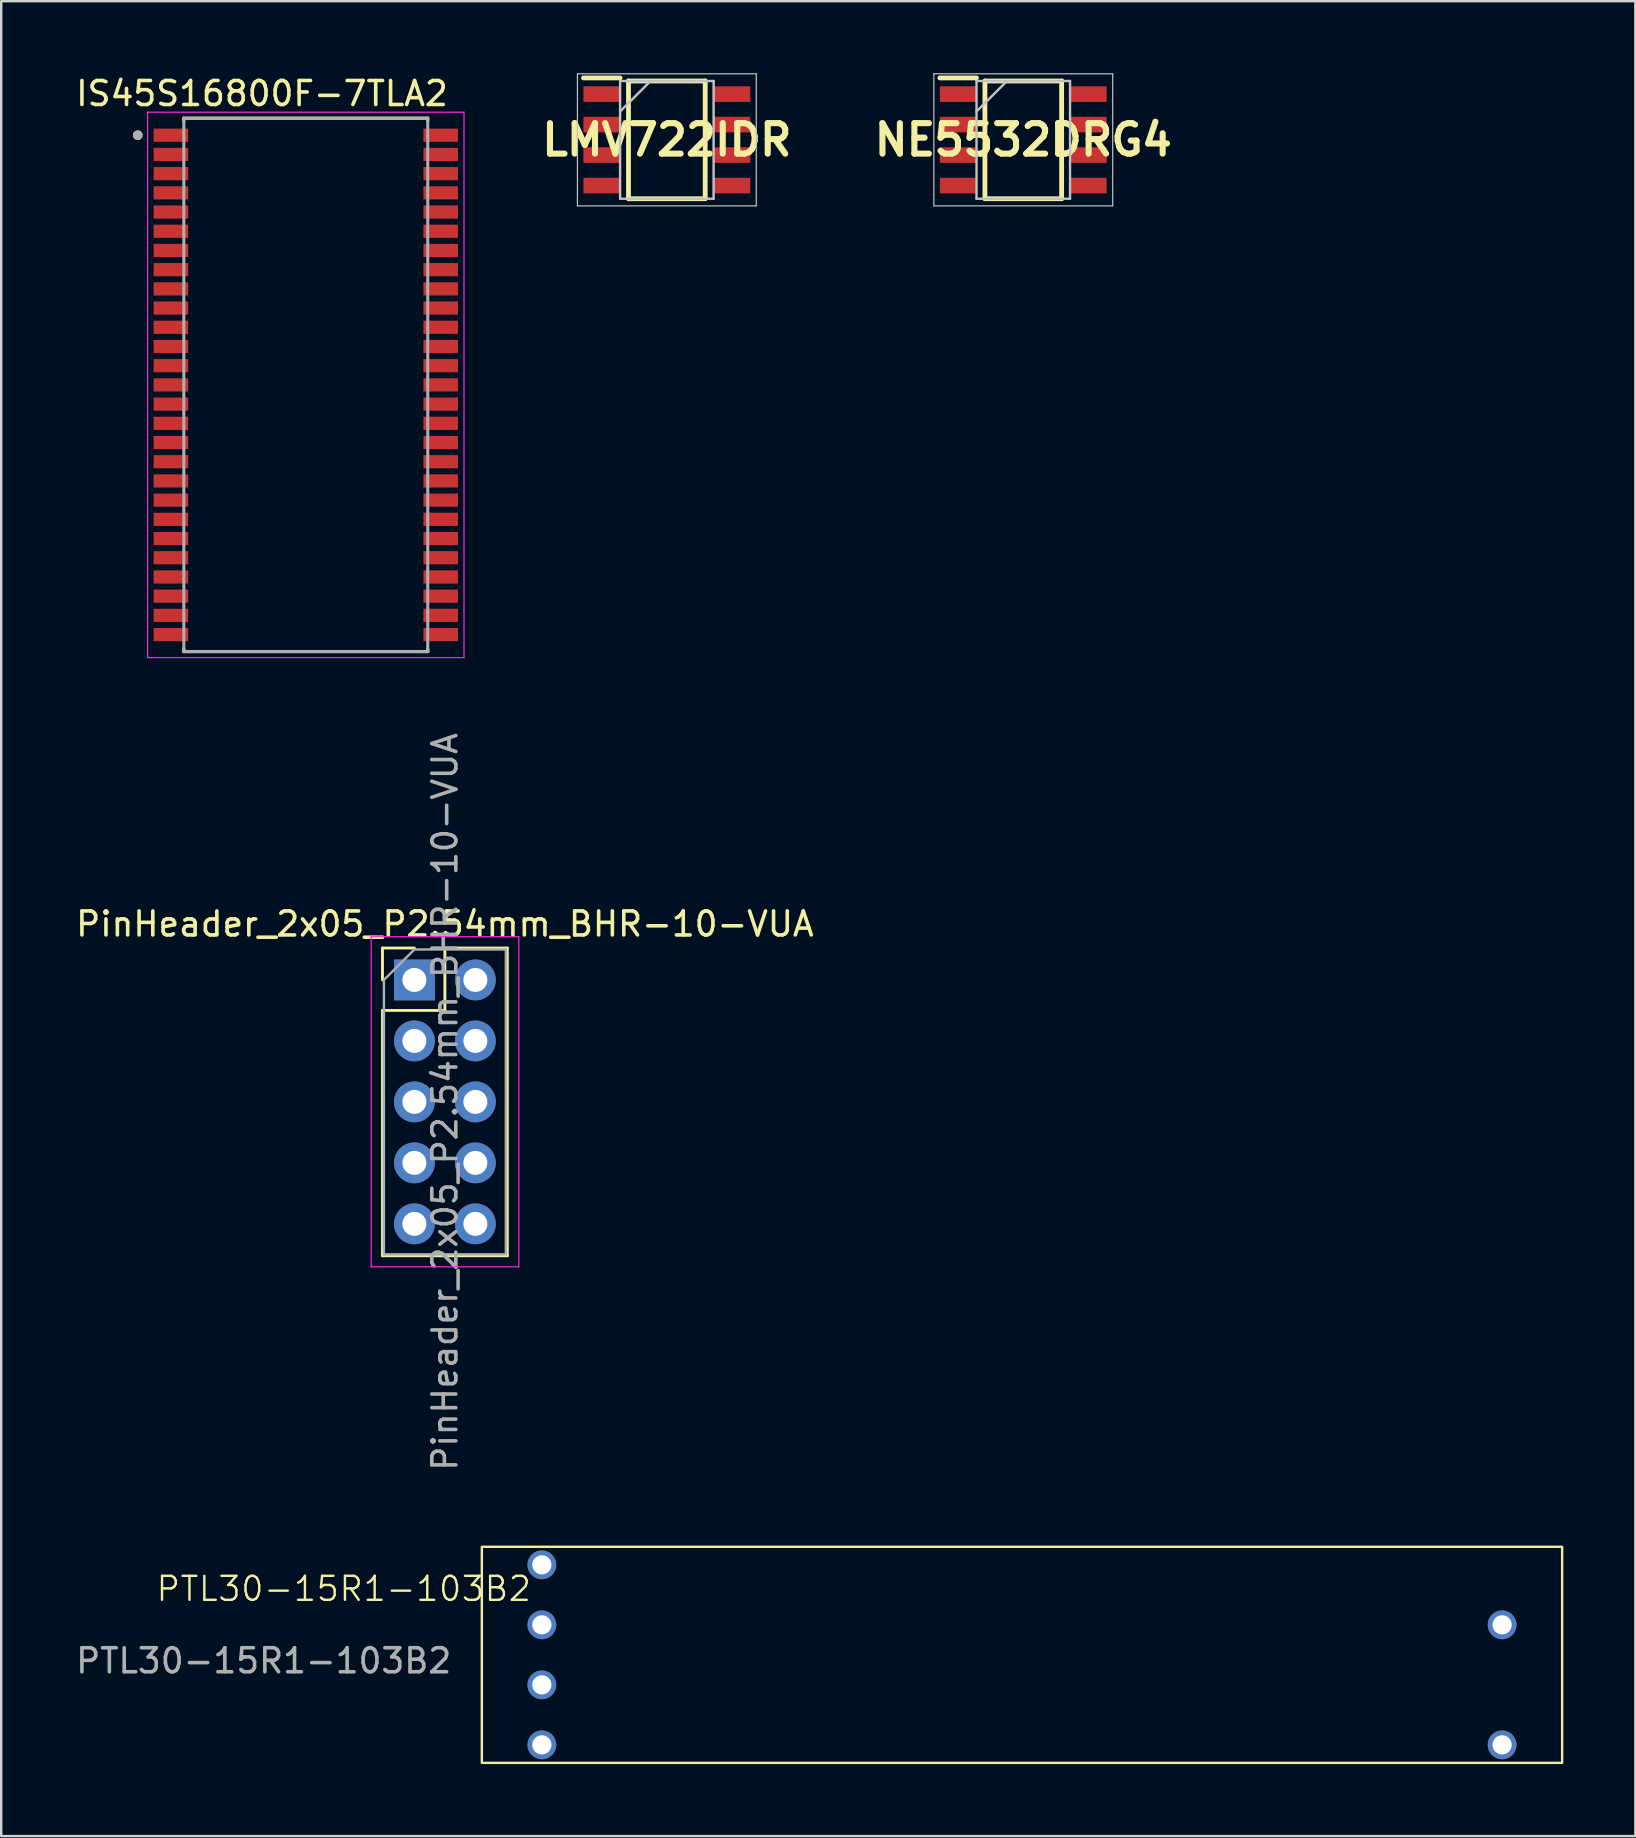
<source format=kicad_pcb>
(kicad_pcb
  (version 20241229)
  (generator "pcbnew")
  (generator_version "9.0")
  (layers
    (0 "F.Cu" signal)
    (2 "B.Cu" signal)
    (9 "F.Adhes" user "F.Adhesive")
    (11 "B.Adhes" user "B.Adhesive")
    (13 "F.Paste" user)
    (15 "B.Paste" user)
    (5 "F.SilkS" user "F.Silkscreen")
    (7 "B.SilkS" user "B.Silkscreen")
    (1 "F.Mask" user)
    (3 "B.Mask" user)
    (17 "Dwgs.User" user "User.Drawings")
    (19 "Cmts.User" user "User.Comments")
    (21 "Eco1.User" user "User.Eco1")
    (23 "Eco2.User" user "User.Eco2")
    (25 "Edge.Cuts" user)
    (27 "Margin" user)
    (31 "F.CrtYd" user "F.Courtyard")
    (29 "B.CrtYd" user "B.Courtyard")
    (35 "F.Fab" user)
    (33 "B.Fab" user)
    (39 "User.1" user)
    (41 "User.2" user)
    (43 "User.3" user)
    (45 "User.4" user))
  (footprint "IS45S16800F-7TLA2"
    (layer "F.Cu")
    (at 9.688 12.983)
    (property "Reference" "IS45S16800F-7TLA2" (at -1.825 -12.135 0) (layer "F.SilkS") (effects (font (size 1 1) (thickness 0.15))))
    (attr smd)
    (fp_line (start -5.08 -11.11) (end 5.08 -11.11) (stroke (width 0.127) (type solid)) (layer "F.SilkS"))
    (fp_line (start -5.08 -11) (end -5.08 -11.11) (stroke (width 0.127) (type solid)) (layer "F.SilkS"))
    (fp_line (start -5.08 11) (end -5.08 11.11) (stroke (width 0.127) (type solid)) (layer "F.SilkS"))
    (fp_line (start 5.08 -11) (end 5.08 -11.11) (stroke (width 0.127) (type solid)) (layer "F.SilkS"))
    (fp_line (start 5.08 11) (end 5.08 11.11) (stroke (width 0.127) (type solid)) (layer "F.SilkS"))
    (fp_line (start 5.08 11.11) (end -5.08 11.11) (stroke (width 0.127) (type solid)) (layer "F.SilkS"))
    (fp_circle (center -7 -10.4) (end -6.9 -10.4) (stroke (width 0.2) (type solid)) (fill no) (layer "F.SilkS"))
    (fp_line (start -6.59 -11.36) (end 6.59 -11.36) (stroke (width 0.05) (type solid)) (layer "F.CrtYd"))
    (fp_line (start -6.59 11.36) (end -6.59 -11.36) (stroke (width 0.05) (type solid)) (layer "F.CrtYd"))
    (fp_line (start 6.59 -11.36) (end 6.59 11.36) (stroke (width 0.05) (type solid)) (layer "F.CrtYd"))
    (fp_line (start 6.59 11.36) (end -6.59 11.36) (stroke (width 0.05) (type solid)) (layer "F.CrtYd"))
    (fp_line (start -5.08 -11.11) (end 5.08 -11.11) (stroke (width 0.127) (type solid)) (layer "F.Fab"))
    (fp_line (start -5.08 11.11) (end -5.08 -11.11) (stroke (width 0.127) (type solid)) (layer "F.Fab"))
    (fp_line (start 5.08 -11.11) (end 5.08 11.11) (stroke (width 0.127) (type solid)) (layer "F.Fab"))
    (fp_line (start 5.08 11.11) (end -5.08 11.11) (stroke (width 0.127) (type solid)) (layer "F.Fab"))
    (fp_circle (center -7 -10.4) (end -6.9 -10.4) (stroke (width 0.2) (type solid)) (fill no) (layer "F.Fab"))
    (pad "1" smd rect (at -5.62 -10.4) (size 1.44 0.55) (layers "F.Cu" "F.Mask" "F.Paste"))
    (pad "2" smd rect (at -5.62 -9.6) (size 1.44 0.55) (layers "F.Cu" "F.Mask" "F.Paste"))
    (pad "3" smd rect (at -5.62 -8.8) (size 1.44 0.55) (layers "F.Cu" "F.Mask" "F.Paste"))
    (pad "4" smd rect (at -5.62 -8) (size 1.44 0.55) (layers "F.Cu" "F.Mask" "F.Paste"))
    (pad "5" smd rect (at -5.62 -7.2) (size 1.44 0.55) (layers "F.Cu" "F.Mask" "F.Paste"))
    (pad "6" smd rect (at -5.62 -6.4) (size 1.44 0.55) (layers "F.Cu" "F.Mask" "F.Paste"))
    (pad "7" smd rect (at -5.62 -5.6) (size 1.44 0.55) (layers "F.Cu" "F.Mask" "F.Paste"))
    (pad "8" smd rect (at -5.62 -4.8) (size 1.44 0.55) (layers "F.Cu" "F.Mask" "F.Paste"))
    (pad "9" smd rect (at -5.62 -4) (size 1.44 0.55) (layers "F.Cu" "F.Mask" "F.Paste"))
    (pad "10" smd rect (at -5.62 -3.2) (size 1.44 0.55) (layers "F.Cu" "F.Mask" "F.Paste"))
    (pad "11" smd rect (at -5.62 -2.4) (size 1.44 0.55) (layers "F.Cu" "F.Mask" "F.Paste"))
    (pad "12" smd rect (at -5.62 -1.6) (size 1.44 0.55) (layers "F.Cu" "F.Mask" "F.Paste"))
    (pad "13" smd rect (at -5.62 -0.8) (size 1.44 0.55) (layers "F.Cu" "F.Mask" "F.Paste"))
    (pad "14" smd rect (at -5.62 0) (size 1.44 0.55) (layers "F.Cu" "F.Mask" "F.Paste"))
    (pad "15" smd rect (at -5.62 0.8) (size 1.44 0.55) (layers "F.Cu" "F.Mask" "F.Paste"))
    (pad "16" smd rect (at -5.62 1.6) (size 1.44 0.55) (layers "F.Cu" "F.Mask" "F.Paste"))
    (pad "17" smd rect (at -5.62 2.4) (size 1.44 0.55) (layers "F.Cu" "F.Mask" "F.Paste"))
    (pad "18" smd rect (at -5.62 3.2) (size 1.44 0.55) (layers "F.Cu" "F.Mask" "F.Paste"))
    (pad "19" smd rect (at -5.62 4) (size 1.44 0.55) (layers "F.Cu" "F.Mask" "F.Paste"))
    (pad "20" smd rect (at -5.62 4.8) (size 1.44 0.55) (layers "F.Cu" "F.Mask" "F.Paste"))
    (pad "21" smd rect (at -5.62 5.6) (size 1.44 0.55) (layers "F.Cu" "F.Mask" "F.Paste"))
    (pad "22" smd rect (at -5.62 6.4) (size 1.44 0.55) (layers "F.Cu" "F.Mask" "F.Paste"))
    (pad "23" smd rect (at -5.62 7.2) (size 1.44 0.55) (layers "F.Cu" "F.Mask" "F.Paste"))
    (pad "24" smd rect (at -5.62 8) (size 1.44 0.55) (layers "F.Cu" "F.Mask" "F.Paste"))
    (pad "25" smd rect (at -5.62 8.8) (size 1.44 0.55) (layers "F.Cu" "F.Mask" "F.Paste"))
    (pad "26" smd rect (at -5.62 9.6) (size 1.44 0.55) (layers "F.Cu" "F.Mask" "F.Paste"))
    (pad "27" smd rect (at -5.62 10.4) (size 1.44 0.55) (layers "F.Cu" "F.Mask" "F.Paste"))
    (pad "28" smd rect (at 5.62 10.4) (size 1.44 0.55) (layers "F.Cu" "F.Mask" "F.Paste"))
    (pad "29" smd rect (at 5.62 9.6) (size 1.44 0.55) (layers "F.Cu" "F.Mask" "F.Paste"))
    (pad "30" smd rect (at 5.62 8.8) (size 1.44 0.55) (layers "F.Cu" "F.Mask" "F.Paste"))
    (pad "31" smd rect (at 5.62 8) (size 1.44 0.55) (layers "F.Cu" "F.Mask" "F.Paste"))
    (pad "32" smd rect (at 5.62 7.2) (size 1.44 0.55) (layers "F.Cu" "F.Mask" "F.Paste"))
    (pad "33" smd rect (at 5.62 6.4) (size 1.44 0.55) (layers "F.Cu" "F.Mask" "F.Paste"))
    (pad "34" smd rect (at 5.62 5.6) (size 1.44 0.55) (layers "F.Cu" "F.Mask" "F.Paste"))
    (pad "35" smd rect (at 5.62 4.8) (size 1.44 0.55) (layers "F.Cu" "F.Mask" "F.Paste"))
    (pad "36" smd rect (at 5.62 4) (size 1.44 0.55) (layers "F.Cu" "F.Mask" "F.Paste"))
    (pad "37" smd rect (at 5.62 3.2) (size 1.44 0.55) (layers "F.Cu" "F.Mask" "F.Paste"))
    (pad "38" smd rect (at 5.62 2.4) (size 1.44 0.55) (layers "F.Cu" "F.Mask" "F.Paste"))
    (pad "39" smd rect (at 5.62 1.6) (size 1.44 0.55) (layers "F.Cu" "F.Mask" "F.Paste"))
    (pad "40" smd rect (at 5.62 0.8) (size 1.44 0.55) (layers "F.Cu" "F.Mask" "F.Paste"))
    (pad "41" smd rect (at 5.62 0) (size 1.44 0.55) (layers "F.Cu" "F.Mask" "F.Paste"))
    (pad "42" smd rect (at 5.62 -0.8) (size 1.44 0.55) (layers "F.Cu" "F.Mask" "F.Paste"))
    (pad "43" smd rect (at 5.62 -1.6) (size 1.44 0.55) (layers "F.Cu" "F.Mask" "F.Paste"))
    (pad "44" smd rect (at 5.62 -2.4) (size 1.44 0.55) (layers "F.Cu" "F.Mask" "F.Paste"))
    (pad "45" smd rect (at 5.62 -3.2) (size 1.44 0.55) (layers "F.Cu" "F.Mask" "F.Paste"))
    (pad "46" smd rect (at 5.62 -4) (size 1.44 0.55) (layers "F.Cu" "F.Mask" "F.Paste"))
    (pad "47" smd rect (at 5.62 -4.8) (size 1.44 0.55) (layers "F.Cu" "F.Mask" "F.Paste"))
    (pad "48" smd rect (at 5.62 -5.6) (size 1.44 0.55) (layers "F.Cu" "F.Mask" "F.Paste"))
    (pad "49" smd rect (at 5.62 -6.4) (size 1.44 0.55) (layers "F.Cu" "F.Mask" "F.Paste"))
    (pad "50" smd rect (at 5.62 -7.2) (size 1.44 0.55) (layers "F.Cu" "F.Mask" "F.Paste"))
    (pad "51" smd rect (at 5.62 -8) (size 1.44 0.55) (layers "F.Cu" "F.Mask" "F.Paste"))
    (pad "52" smd rect (at 5.62 -8.8) (size 1.44 0.55) (layers "F.Cu" "F.Mask" "F.Paste"))
    (pad "53" smd rect (at 5.62 -9.6) (size 1.44 0.55) (layers "F.Cu" "F.Mask" "F.Paste"))
    (pad "54" smd rect (at 5.62 -10.4) (size 1.44 0.55) (layers "F.Cu" "F.Mask" "F.Paste")))
  (footprint "NE5532DRG4"
    (layer "F.Cu")
    (at 39.575 2.775)
    (property "Reference" "NE5532DRG4" (at 0 0 0) (layer "F.SilkS") (effects (font (size 1.27 1.27) (thickness 0.254))))
    (attr smd)
    (fp_line (start -3.475 -2.58) (end -1.948 -2.58) (stroke (width 0.2) (type solid)) (layer "F.SilkS"))
    (fp_line (start -1.598 -2.452) (end 1.598 -2.452) (stroke (width 0.2) (type solid)) (layer "F.SilkS"))
    (fp_line (start -1.598 2.452) (end -1.598 -2.452) (stroke (width 0.2) (type solid)) (layer "F.SilkS"))
    (fp_line (start 1.598 -2.452) (end 1.598 2.452) (stroke (width 0.2) (type solid)) (layer "F.SilkS"))
    (fp_line (start 1.598 2.452) (end -1.598 2.452) (stroke (width 0.2) (type solid)) (layer "F.SilkS"))
    (fp_line (start -3.725 -2.75) (end 3.725 -2.75) (stroke (width 0.05) (type solid)) (layer "Dwgs.User"))
    (fp_line (start -3.725 2.75) (end -3.725 -2.75) (stroke (width 0.05) (type solid)) (layer "Dwgs.User"))
    (fp_line (start -1.948 -2.452) (end 1.948 -2.452) (stroke (width 0.1) (type solid)) (layer "Dwgs.User"))
    (fp_line (start -1.948 -1.182) (end -0.678 -2.452) (stroke (width 0.1) (type solid)) (layer "Dwgs.User"))
    (fp_line (start -1.948 2.452) (end -1.948 -2.452) (stroke (width 0.1) (type solid)) (layer "Dwgs.User"))
    (fp_line (start 1.948 -2.452) (end 1.948 2.452) (stroke (width 0.1) (type solid)) (layer "Dwgs.User"))
    (fp_line (start 1.948 2.452) (end -1.948 2.452) (stroke (width 0.1) (type solid)) (layer "Dwgs.User"))
    (fp_line (start 3.725 -2.75) (end 3.725 2.75) (stroke (width 0.05) (type solid)) (layer "Dwgs.User"))
    (fp_line (start 3.725 2.75) (end -3.725 2.75) (stroke (width 0.05) (type solid)) (layer "Dwgs.User"))
    (pad "1" smd rect (at -2.711 -1.905 90) (size 0.65 1.528) (layers "F.Cu" "F.Mask" "F.Paste"))
    (pad "2" smd rect (at -2.711 -0.635 90) (size 0.65 1.528) (layers "F.Cu" "F.Mask" "F.Paste"))
    (pad "3" smd rect (at -2.711 0.635 90) (size 0.65 1.528) (layers "F.Cu" "F.Mask" "F.Paste"))
    (pad "4" smd rect (at -2.711 1.905 90) (size 0.65 1.528) (layers "F.Cu" "F.Mask" "F.Paste"))
    (pad "5" smd rect (at 2.711 1.905 90) (size 0.65 1.528) (layers "F.Cu" "F.Mask" "F.Paste"))
    (pad "6" smd rect (at 2.711 0.635 90) (size 0.65 1.528) (layers "F.Cu" "F.Mask" "F.Paste"))
    (pad "7" smd rect (at 2.711 -0.635 90) (size 0.65 1.528) (layers "F.Cu" "F.Mask" "F.Paste"))
    (pad "8" smd rect (at 2.711 -1.905 90) (size 0.65 1.528) (layers "F.Cu" "F.Mask" "F.Paste")))
  (footprint "LMV722IDR"
    (layer "F.Cu")
    (at 24.728 2.775)
    (property "Reference" "LMV722IDR" (at 0 0 0) (layer "F.SilkS") (effects (font (size 1.27 1.27) (thickness 0.254))))
    (attr smd)
    (fp_line (start -3.475 -2.58) (end -1.948 -2.58) (stroke (width 0.2) (type solid)) (layer "F.SilkS"))
    (fp_line (start -1.598 -2.452) (end 1.598 -2.452) (stroke (width 0.2) (type solid)) (layer "F.SilkS"))
    (fp_line (start -1.598 2.452) (end -1.598 -2.452) (stroke (width 0.2) (type solid)) (layer "F.SilkS"))
    (fp_line (start 1.598 -2.452) (end 1.598 2.452) (stroke (width 0.2) (type solid)) (layer "F.SilkS"))
    (fp_line (start 1.598 2.452) (end -1.598 2.452) (stroke (width 0.2) (type solid)) (layer "F.SilkS"))
    (fp_line (start -3.725 -2.75) (end 3.725 -2.75) (stroke (width 0.05) (type solid)) (layer "Dwgs.User"))
    (fp_line (start -3.725 2.75) (end -3.725 -2.75) (stroke (width 0.05) (type solid)) (layer "Dwgs.User"))
    (fp_line (start -1.948 -2.452) (end 1.948 -2.452) (stroke (width 0.1) (type solid)) (layer "Dwgs.User"))
    (fp_line (start -1.948 -1.182) (end -0.678 -2.452) (stroke (width 0.1) (type solid)) (layer "Dwgs.User"))
    (fp_line (start -1.948 2.452) (end -1.948 -2.452) (stroke (width 0.1) (type solid)) (layer "Dwgs.User"))
    (fp_line (start 1.948 -2.452) (end 1.948 2.452) (stroke (width 0.1) (type solid)) (layer "Dwgs.User"))
    (fp_line (start 1.948 2.452) (end -1.948 2.452) (stroke (width 0.1) (type solid)) (layer "Dwgs.User"))
    (fp_line (start 3.725 -2.75) (end 3.725 2.75) (stroke (width 0.05) (type solid)) (layer "Dwgs.User"))
    (fp_line (start 3.725 2.75) (end -3.725 2.75) (stroke (width 0.05) (type solid)) (layer "Dwgs.User"))
    (pad "1" smd rect (at -2.711 -1.905 90) (size 0.65 1.528) (layers "F.Cu" "F.Mask" "F.Paste"))
    (pad "2" smd rect (at -2.711 -0.635 90) (size 0.65 1.528) (layers "F.Cu" "F.Mask" "F.Paste"))
    (pad "3" smd rect (at -2.711 0.635 90) (size 0.65 1.528) (layers "F.Cu" "F.Mask" "F.Paste"))
    (pad "4" smd rect (at -2.711 1.905 90) (size 0.65 1.528) (layers "F.Cu" "F.Mask" "F.Paste"))
    (pad "5" smd rect (at 2.711 1.905 90) (size 0.65 1.528) (layers "F.Cu" "F.Mask" "F.Paste"))
    (pad "6" smd rect (at 2.711 0.635 90) (size 0.65 1.528) (layers "F.Cu" "F.Mask" "F.Paste"))
    (pad "7" smd rect (at 2.711 -0.635 90) (size 0.65 1.528) (layers "F.Cu" "F.Mask" "F.Paste"))
    (pad "8" smd rect (at 2.711 -1.905 90) (size 0.65 1.528) (layers "F.Cu" "F.Mask" "F.Paste")))
  (footprint "PinHeader_2x05_P2.54mm_BHR-10-VUA"
    (layer "F.Cu")
    (at 14.212 37.77)
    (property "Reference" "PinHeader_2x05_P2.54mm_BHR-10-VUA" (at 1.27 -2.33 0) (layer "F.SilkS") (effects (font (size 1 1) (thickness 0.15))))
    (attr through_hole)
    (fp_line (start -1.33 -1.33) (end 0 -1.33) (stroke (width 0.12) (type solid)) (layer "F.SilkS"))
    (fp_line (start -1.33 0) (end -1.33 -1.33) (stroke (width 0.12) (type solid)) (layer "F.SilkS"))
    (fp_line (start -1.33 1.27) (end -1.33 11.49) (stroke (width 0.12) (type solid)) (layer "F.SilkS"))
    (fp_line (start -1.33 1.27) (end 1.27 1.27) (stroke (width 0.12) (type solid)) (layer "F.SilkS"))
    (fp_line (start -1.33 11.49) (end 3.87 11.49) (stroke (width 0.12) (type solid)) (layer "F.SilkS"))
    (fp_line (start 1.27 -1.33) (end 3.87 -1.33) (stroke (width 0.12) (type solid)) (layer "F.SilkS"))
    (fp_line (start 1.27 1.27) (end 1.27 -1.33) (stroke (width 0.12) (type solid)) (layer "F.SilkS"))
    (fp_line (start 3.87 -1.33) (end 3.87 11.49) (stroke (width 0.12) (type solid)) (layer "F.SilkS"))
    (fp_line (start -1.8 -1.8) (end -1.8 11.95) (stroke (width 0.05) (type solid)) (layer "F.CrtYd"))
    (fp_line (start -1.8 11.95) (end 4.35 11.95) (stroke (width 0.05) (type solid)) (layer "F.CrtYd"))
    (fp_line (start 4.35 -1.8) (end -1.8 -1.8) (stroke (width 0.05) (type solid)) (layer "F.CrtYd"))
    (fp_line (start 4.35 11.95) (end 4.35 -1.8) (stroke (width 0.05) (type solid)) (layer "F.CrtYd"))
    (fp_line (start -1.27 0) (end 0 -1.27) (stroke (width 0.1) (type solid)) (layer "F.Fab"))
    (fp_line (start -1.27 11.43) (end -1.27 0) (stroke (width 0.1) (type solid)) (layer "F.Fab"))
    (fp_line (start 0 -1.27) (end 3.81 -1.27) (stroke (width 0.1) (type solid)) (layer "F.Fab"))
    (fp_line (start 3.81 -1.27) (end 3.81 11.43) (stroke (width 0.1) (type solid)) (layer "F.Fab"))
    (fp_line (start 3.81 11.43) (end -1.27 11.43) (stroke (width 0.1) (type solid)) (layer "F.Fab"))
    (fp_text user "${REFERENCE}" (at 1.27 5.08 90) (layer "F.Fab") (effects (font (size 1 1) (thickness 0.15))))
    (pad "1" thru_hole rect (at 0 0) (size 1.7 1.7) (drill 1) (layers "*.Cu" "*.Mask"))
    (pad "2" thru_hole oval (at 2.54 0) (size 1.7 1.7) (drill 1) (layers "*.Cu" "*.Mask"))
    (pad "3" thru_hole oval (at 0 2.54) (size 1.7 1.7) (drill 1) (layers "*.Cu" "*.Mask"))
    (pad "4" thru_hole oval (at 2.54 2.54) (size 1.7 1.7) (drill 1) (layers "*.Cu" "*.Mask"))
    (pad "5" thru_hole oval (at 0 5.08) (size 1.7 1.7) (drill 1) (layers "*.Cu" "*.Mask"))
    (pad "6" thru_hole oval (at 2.54 5.08) (size 1.7 1.7) (drill 1) (layers "*.Cu" "*.Mask"))
    (pad "7" thru_hole oval (at 0 7.62) (size 1.7 1.7) (drill 1) (layers "*.Cu" "*.Mask"))
    (pad "8" thru_hole oval (at 2.54 7.62) (size 1.7 1.7) (drill 1) (layers "*.Cu" "*.Mask"))
    (pad "9" thru_hole oval (at 0 10.16) (size 1.7 1.7) (drill 1) (layers "*.Cu" "*.Mask"))
    (pad "10" thru_hole oval (at 2.54 10.16) (size 1.7 1.7) (drill 1) (layers "*.Cu" "*.Mask")))
  (footprint "PTL30-15R1-103B2"
    (layer "F.Cu")
    (at 19.521 65.883)
    (property "Reference" "PTL30-15R1-103B2" (at -8.25 -2.75 0) (unlocked yes) (layer "F.SilkS") (effects (font (size 1 1) (thickness 0.1))))
    (attr through_hole)
    (fp_rect (start -2.5 -4.5) (end 42.5 4.5) (stroke (width 0.1) (type default)) (fill no) (layer "F.SilkS"))
    (fp_text user "${REFERENCE}" (at -11.587 0.25 0) (unlocked yes) (layer "F.Fab") (effects (font (size 1 1) (thickness 0.15))))
    (pad "1" thru_hole circle (at 0 -1.25) (size 1.2 1.2) (drill 0.8) (layers "*.Cu" "*.Mask"))
    (pad "2" thru_hole circle (at 0 -3.75) (size 1.2 1.2) (drill 0.8) (layers "*.Cu" "*.Mask"))
    (pad "3" thru_hole circle (at 40 -1.25) (size 1.2 1.2) (drill 0.8) (layers "*.Cu" "*.Mask"))
    (pad "4" thru_hole circle (at 0 1.25) (size 1.2 1.2) (drill 0.8) (layers "*.Cu" "*.Mask"))
    (pad "5" thru_hole circle (at 0 3.75) (size 1.2 1.2) (drill 0.8) (layers "*.Cu" "*.Mask"))
    (pad "6" thru_hole circle (at 40 3.75) (size 1.2 1.2) (drill 0.8) (layers "*.Cu" "*.Mask")))
  (gr_rect
    (start -3 -3)
    (end 65.071 73.433)
    (stroke (width 0.1) (type default))
    (fill no)
    (layer "Edge.Cuts")))
</source>
